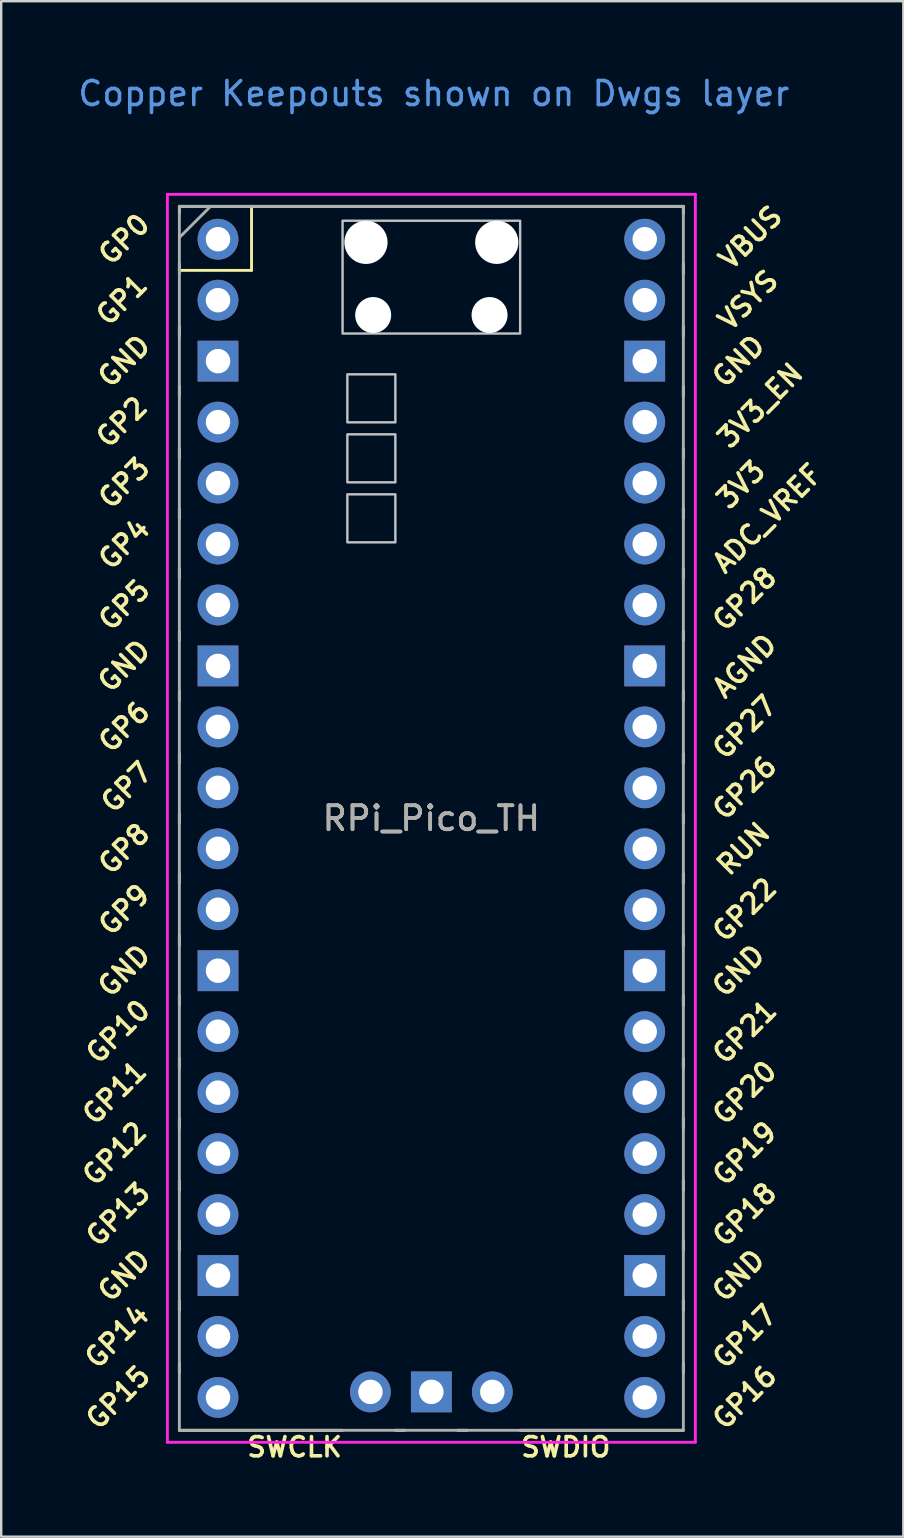
<source format=kicad_pcb>
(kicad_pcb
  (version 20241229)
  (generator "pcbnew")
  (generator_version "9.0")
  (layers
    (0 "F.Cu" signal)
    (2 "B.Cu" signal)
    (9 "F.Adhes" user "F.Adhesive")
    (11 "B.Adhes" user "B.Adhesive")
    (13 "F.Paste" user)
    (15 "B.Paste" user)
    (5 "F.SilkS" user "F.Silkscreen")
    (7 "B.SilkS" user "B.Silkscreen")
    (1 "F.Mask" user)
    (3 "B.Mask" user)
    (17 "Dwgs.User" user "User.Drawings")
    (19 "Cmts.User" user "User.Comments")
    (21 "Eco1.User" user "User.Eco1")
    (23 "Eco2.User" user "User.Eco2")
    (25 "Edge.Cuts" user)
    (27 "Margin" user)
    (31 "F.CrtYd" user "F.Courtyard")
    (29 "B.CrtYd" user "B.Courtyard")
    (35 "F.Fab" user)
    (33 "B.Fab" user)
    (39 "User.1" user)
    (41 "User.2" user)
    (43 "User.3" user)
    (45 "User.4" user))
  (footprint "RPi_Pico_TH"
    (layer "F.Cu")
    (at 14.924 31.048)
    (property "Reference" "RPi_Pico_TH" (at 0 0 0) (layer "F.SilkS") (effects (font (size 1 1) (thickness 0.15))))
    (attr through_hole)
    (fp_line (start -10.5 -25.5) (end -10.5 -25.2) (stroke (width 0.12) (type solid)) (layer "F.SilkS"))
    (fp_line (start -10.5 -25.5) (end 10.5 -25.5) (stroke (width 0.12) (type solid)) (layer "F.SilkS"))
    (fp_line (start -10.5 -23.1) (end -10.5 -22.7) (stroke (width 0.12) (type solid)) (layer "F.SilkS"))
    (fp_line (start -10.5 -22.833) (end -7.493 -22.833) (stroke (width 0.12) (type solid)) (layer "F.SilkS"))
    (fp_line (start -10.5 -20.5) (end -10.5 -20.1) (stroke (width 0.12) (type solid)) (layer "F.SilkS"))
    (fp_line (start -10.5 -18) (end -10.5 -17.6) (stroke (width 0.12) (type solid)) (layer "F.SilkS"))
    (fp_line (start -10.5 -15.4) (end -10.5 -15) (stroke (width 0.12) (type solid)) (layer "F.SilkS"))
    (fp_line (start -10.5 -12.9) (end -10.5 -12.5) (stroke (width 0.12) (type solid)) (layer "F.SilkS"))
    (fp_line (start -10.5 -10.4) (end -10.5 -10) (stroke (width 0.12) (type solid)) (layer "F.SilkS"))
    (fp_line (start -10.5 -7.8) (end -10.5 -7.4) (stroke (width 0.12) (type solid)) (layer "F.SilkS"))
    (fp_line (start -10.5 -5.3) (end -10.5 -4.9) (stroke (width 0.12) (type solid)) (layer "F.SilkS"))
    (fp_line (start -10.5 -2.7) (end -10.5 -2.3) (stroke (width 0.12) (type solid)) (layer "F.SilkS"))
    (fp_line (start -10.5 -0.2) (end -10.5 0.2) (stroke (width 0.12) (type solid)) (layer "F.SilkS"))
    (fp_line (start -10.5 2.3) (end -10.5 2.7) (stroke (width 0.12) (type solid)) (layer "F.SilkS"))
    (fp_line (start -10.5 4.9) (end -10.5 5.3) (stroke (width 0.12) (type solid)) (layer "F.SilkS"))
    (fp_line (start -10.5 7.4) (end -10.5 7.8) (stroke (width 0.12) (type solid)) (layer "F.SilkS"))
    (fp_line (start -10.5 10) (end -10.5 10.4) (stroke (width 0.12) (type solid)) (layer "F.SilkS"))
    (fp_line (start -10.5 12.5) (end -10.5 12.9) (stroke (width 0.12) (type solid)) (layer "F.SilkS"))
    (fp_line (start -10.5 15.1) (end -10.5 15.5) (stroke (width 0.12) (type solid)) (layer "F.SilkS"))
    (fp_line (start -10.5 17.6) (end -10.5 18) (stroke (width 0.12) (type solid)) (layer "F.SilkS"))
    (fp_line (start -10.5 20.1) (end -10.5 20.5) (stroke (width 0.12) (type solid)) (layer "F.SilkS"))
    (fp_line (start -10.5 22.7) (end -10.5 23.1) (stroke (width 0.12) (type solid)) (layer "F.SilkS"))
    (fp_line (start -7.493 -22.833) (end -7.493 -25.5) (stroke (width 0.12) (type solid)) (layer "F.SilkS"))
    (fp_line (start -3.7 25.5) (end -10.5 25.5) (stroke (width 0.12) (type solid)) (layer "F.SilkS"))
    (fp_line (start -1.5 25.5) (end -1.1 25.5) (stroke (width 0.12) (type solid)) (layer "F.SilkS"))
    (fp_line (start 1.1 25.5) (end 1.5 25.5) (stroke (width 0.12) (type solid)) (layer "F.SilkS"))
    (fp_line (start 10.5 -25.5) (end 10.5 -25.2) (stroke (width 0.12) (type solid)) (layer "F.SilkS"))
    (fp_line (start 10.5 -23.1) (end 10.5 -22.7) (stroke (width 0.12) (type solid)) (layer "F.SilkS"))
    (fp_line (start 10.5 -20.5) (end 10.5 -20.1) (stroke (width 0.12) (type solid)) (layer "F.SilkS"))
    (fp_line (start 10.5 -18) (end 10.5 -17.6) (stroke (width 0.12) (type solid)) (layer "F.SilkS"))
    (fp_line (start 10.5 -15.4) (end 10.5 -15) (stroke (width 0.12) (type solid)) (layer "F.SilkS"))
    (fp_line (start 10.5 -12.9) (end 10.5 -12.5) (stroke (width 0.12) (type solid)) (layer "F.SilkS"))
    (fp_line (start 10.5 -10.4) (end 10.5 -10) (stroke (width 0.12) (type solid)) (layer "F.SilkS"))
    (fp_line (start 10.5 -7.8) (end 10.5 -7.4) (stroke (width 0.12) (type solid)) (layer "F.SilkS"))
    (fp_line (start 10.5 -5.3) (end 10.5 -4.9) (stroke (width 0.12) (type solid)) (layer "F.SilkS"))
    (fp_line (start 10.5 -2.7) (end 10.5 -2.3) (stroke (width 0.12) (type solid)) (layer "F.SilkS"))
    (fp_line (start 10.5 -0.2) (end 10.5 0.2) (stroke (width 0.12) (type solid)) (layer "F.SilkS"))
    (fp_line (start 10.5 2.3) (end 10.5 2.7) (stroke (width 0.12) (type solid)) (layer "F.SilkS"))
    (fp_line (start 10.5 4.9) (end 10.5 5.3) (stroke (width 0.12) (type solid)) (layer "F.SilkS"))
    (fp_line (start 10.5 7.4) (end 10.5 7.8) (stroke (width 0.12) (type solid)) (layer "F.SilkS"))
    (fp_line (start 10.5 10) (end 10.5 10.4) (stroke (width 0.12) (type solid)) (layer "F.SilkS"))
    (fp_line (start 10.5 12.5) (end 10.5 12.9) (stroke (width 0.12) (type solid)) (layer "F.SilkS"))
    (fp_line (start 10.5 15.1) (end 10.5 15.5) (stroke (width 0.12) (type solid)) (layer "F.SilkS"))
    (fp_line (start 10.5 17.6) (end 10.5 18) (stroke (width 0.12) (type solid)) (layer "F.SilkS"))
    (fp_line (start 10.5 20.1) (end 10.5 20.5) (stroke (width 0.12) (type solid)) (layer "F.SilkS"))
    (fp_line (start 10.5 22.7) (end 10.5 23.1) (stroke (width 0.12) (type solid)) (layer "F.SilkS"))
    (fp_line (start 10.5 25.5) (end 3.7 25.5) (stroke (width 0.12) (type solid)) (layer "F.SilkS"))
    (fp_poly (pts (xy -1.5 -16.5) (xy -3.5 -16.5) (xy -3.5 -18.5) (xy -1.5 -18.5)) (stroke (width 0.1) (type solid)) (fill no) (layer "Dwgs.User"))
    (fp_poly (pts (xy -1.5 -14) (xy -3.5 -14) (xy -3.5 -16) (xy -1.5 -16)) (stroke (width 0.1) (type solid)) (fill no) (layer "Dwgs.User"))
    (fp_poly (pts (xy -1.5 -11.5) (xy -3.5 -11.5) (xy -3.5 -13.5) (xy -1.5 -13.5)) (stroke (width 0.1) (type solid)) (fill no) (layer "Dwgs.User"))
    (fp_poly (pts (xy 3.7 -20.2) (xy -3.7 -20.2) (xy -3.7 -24.9) (xy 3.7 -24.9)) (stroke (width 0.1) (type solid)) (fill no) (layer "Dwgs.User"))
    (fp_line (start -11 -26) (end 11 -26) (stroke (width 0.12) (type solid)) (layer "F.CrtYd"))
    (fp_line (start -11 26) (end -11 -26) (stroke (width 0.12) (type solid)) (layer "F.CrtYd"))
    (fp_line (start 11 -26) (end 11 26) (stroke (width 0.12) (type solid)) (layer "F.CrtYd"))
    (fp_line (start 11 26) (end -11 26) (stroke (width 0.12) (type solid)) (layer "F.CrtYd"))
    (fp_line (start -10.5 -25.5) (end 10.5 -25.5) (stroke (width 0.12) (type solid)) (layer "F.Fab"))
    (fp_line (start -10.5 -24.2) (end -9.2 -25.5) (stroke (width 0.12) (type solid)) (layer "F.Fab"))
    (fp_line (start -10.5 25.5) (end -10.5 -25.5) (stroke (width 0.12) (type solid)) (layer "F.Fab"))
    (fp_line (start 10.5 -25.5) (end 10.5 25.5) (stroke (width 0.12) (type solid)) (layer "F.Fab"))
    (fp_line (start 10.5 25.5) (end -10.5 25.5) (stroke (width 0.12) (type solid)) (layer "F.Fab"))
    (fp_text user "GP26" (at 13.054 -1.27 45) (layer "F.SilkS") (effects (font (size 0.8 0.8) (thickness 0.15))))
    (fp_text user "GP3" (at -12.8 -13.97 45) (layer "F.SilkS") (effects (font (size 0.8 0.8) (thickness 0.15))))
    (fp_text user "GP5" (at -12.8 -8.89 45) (layer "F.SilkS") (effects (font (size 0.8 0.8) (thickness 0.15))))
    (fp_text user "GP10" (at -13.054 8.89 45) (layer "F.SilkS") (effects (font (size 0.8 0.8) (thickness 0.15))))
    (fp_text user "GP28" (at 13.054 -9.144 45) (layer "F.SilkS") (effects (font (size 0.8 0.8) (thickness 0.15))))
    (fp_text user "AGND" (at 13.054 -6.35 45) (layer "F.SilkS") (effects (font (size 0.8 0.8) (thickness 0.15))))
    (fp_text user "GP9" (at -12.8 3.81 45) (layer "F.SilkS") (effects (font (size 0.8 0.8) (thickness 0.15))))
    (fp_text user "GP18" (at 13.054 16.51 45) (layer "F.SilkS") (effects (font (size 0.8 0.8) (thickness 0.15))))
    (fp_text user "GND" (at -12.8 -6.35 45) (layer "F.SilkS") (effects (font (size 0.8 0.8) (thickness 0.15))))
    (fp_text user "GP11" (at -13.2 11.43 45) (layer "F.SilkS") (effects (font (size 0.8 0.8) (thickness 0.15))))
    (fp_text user "GND" (at -12.8 -19.05 45) (layer "F.SilkS") (effects (font (size 0.8 0.8) (thickness 0.15))))
    (fp_text user "GP15" (at -13.054 24.13 45) (layer "F.SilkS") (effects (font (size 0.8 0.8) (thickness 0.15))))
    (fp_text user "SWDIO" (at 5.6 26.2 0) (layer "F.SilkS") (effects (font (size 0.8 0.8) (thickness 0.15))))
    (fp_text user "VBUS" (at 13.3 -24.2 45) (layer "F.SilkS") (effects (font (size 0.8 0.8) (thickness 0.15))))
    (fp_text user "GND" (at 12.8 19.05 45) (layer "F.SilkS") (effects (font (size 0.8 0.8) (thickness 0.15))))
    (fp_text user "ADC_VREF" (at 14 -12.5 45) (layer "F.SilkS") (effects (font (size 0.8 0.8) (thickness 0.15))))
    (fp_text user "GP0" (at -12.8 -24.13 45) (layer "F.SilkS") (effects (font (size 0.8 0.8) (thickness 0.15))))
    (fp_text user "GP14" (at -13.1 21.59 45) (layer "F.SilkS") (effects (font (size 0.8 0.8) (thickness 0.15))))
    (fp_text user "GP7" (at -12.7 -1.3 45) (layer "F.SilkS") (effects (font (size 0.8 0.8) (thickness 0.15))))
    (fp_text user "GP6" (at -12.8 -3.81 45) (layer "F.SilkS") (effects (font (size 0.8 0.8) (thickness 0.15))))
    (fp_text user "GND" (at 12.8 6.35 45) (layer "F.SilkS") (effects (font (size 0.8 0.8) (thickness 0.15))))
    (fp_text user "GND" (at -12.8 6.35 45) (layer "F.SilkS") (effects (font (size 0.8 0.8) (thickness 0.15))))
    (fp_text user "GP12" (at -13.2 13.97 45) (layer "F.SilkS") (effects (font (size 0.8 0.8) (thickness 0.15))))
    (fp_text user "RUN" (at 13 1.27 45) (layer "F.SilkS") (effects (font (size 0.8 0.8) (thickness 0.15))))
    (fp_text user "GP27" (at 13.054 -3.8 45) (layer "F.SilkS") (effects (font (size 0.8 0.8) (thickness 0.15))))
    (fp_text user "GND" (at 12.8 -19.05 45) (layer "F.SilkS") (effects (font (size 0.8 0.8) (thickness 0.15))))
    (fp_text user "GP2" (at -12.9 -16.51 45) (layer "F.SilkS") (effects (font (size 0.8 0.8) (thickness 0.15))))
    (fp_text user "3V3_EN" (at 13.7 -17.2 45) (layer "F.SilkS") (effects (font (size 0.8 0.8) (thickness 0.15))))
    (fp_text user "SWCLK" (at -5.7 26.2 0) (layer "F.SilkS") (effects (font (size 0.8 0.8) (thickness 0.15))))
    (fp_text user "GP8" (at -12.8 1.27 45) (layer "F.SilkS") (effects (font (size 0.8 0.8) (thickness 0.15))))
    (fp_text user "GP17" (at 13.054 21.59 45) (layer "F.SilkS") (effects (font (size 0.8 0.8) (thickness 0.15))))
    (fp_text user "GND" (at -12.8 19.05 45) (layer "F.SilkS") (effects (font (size 0.8 0.8) (thickness 0.15))))
    (fp_text user "GP4" (at -12.8 -11.43 45) (layer "F.SilkS") (effects (font (size 0.8 0.8) (thickness 0.15))))
    (fp_text user "GP19" (at 13.054 13.97 45) (layer "F.SilkS") (effects (font (size 0.8 0.8) (thickness 0.15))))
    (fp_text user "GP22" (at 13.054 3.81 45) (layer "F.SilkS") (effects (font (size 0.8 0.8) (thickness 0.15))))
    (fp_text user "GP13" (at -13.054 16.51 45) (layer "F.SilkS") (effects (font (size 0.8 0.8) (thickness 0.15))))
    (fp_text user "GP21" (at 13.054 8.9 45) (layer "F.SilkS") (effects (font (size 0.8 0.8) (thickness 0.15))))
    (fp_text user "GP16" (at 13.054 24.13 45) (layer "F.SilkS") (effects (font (size 0.8 0.8) (thickness 0.15))))
    (fp_text user "GP1" (at -12.9 -21.6 45) (layer "F.SilkS") (effects (font (size 0.8 0.8) (thickness 0.15))))
    (fp_text user "VSYS" (at 13.2 -21.59 45) (layer "F.SilkS") (effects (font (size 0.8 0.8) (thickness 0.15))))
    (fp_text user "3V3" (at 12.9 -13.9 45) (layer "F.SilkS") (effects (font (size 0.8 0.8) (thickness 0.15))))
    (fp_text user "GP20" (at 13.054 11.43 45) (layer "F.SilkS") (effects (font (size 0.8 0.8) (thickness 0.15))))
    (fp_text user "Copper Keepouts shown on Dwgs layer" (at 0.1 -30.2 0) (layer "Cmts.User") (effects (font (size 1 1) (thickness 0.15))))
    (fp_text user "${REFERENCE}" (at 0 0 180) (layer "F.Fab") (effects (font (size 1 1) (thickness 0.15))))
    (pad "" np_thru_hole oval (at -2.725 -24) (size 1.8 1.8) (drill 1.8) (layers "*.Cu" "*.Mask"))
    (pad "" np_thru_hole oval (at -2.425 -20.97) (size 1.5 1.5) (drill 1.5) (layers "*.Cu" "*.Mask"))
    (pad "" np_thru_hole oval (at 2.425 -20.97) (size 1.5 1.5) (drill 1.5) (layers "*.Cu" "*.Mask"))
    (pad "" np_thru_hole oval (at 2.725 -24) (size 1.8 1.8) (drill 1.8) (layers "*.Cu" "*.Mask"))
    (pad "1" thru_hole oval (at -8.89 -24.13) (size 1.7 1.7) (drill 1.02) (layers "*.Cu" "*.Mask"))
    (pad "2" thru_hole oval (at -8.89 -21.59) (size 1.7 1.7) (drill 1.02) (layers "*.Cu" "*.Mask"))
    (pad "3" thru_hole rect (at -8.89 -19.05) (size 1.7 1.7) (drill 1.02) (layers "*.Cu" "*.Mask"))
    (pad "4" thru_hole oval (at -8.89 -16.51) (size 1.7 1.7) (drill 1.02) (layers "*.Cu" "*.Mask"))
    (pad "5" thru_hole oval (at -8.89 -13.97) (size 1.7 1.7) (drill 1.02) (layers "*.Cu" "*.Mask"))
    (pad "6" thru_hole oval (at -8.89 -11.43) (size 1.7 1.7) (drill 1.02) (layers "*.Cu" "*.Mask"))
    (pad "7" thru_hole oval (at -8.89 -8.89) (size 1.7 1.7) (drill 1.02) (layers "*.Cu" "*.Mask"))
    (pad "8" thru_hole rect (at -8.89 -6.35) (size 1.7 1.7) (drill 1.02) (layers "*.Cu" "*.Mask"))
    (pad "9" thru_hole oval (at -8.89 -3.81) (size 1.7 1.7) (drill 1.02) (layers "*.Cu" "*.Mask"))
    (pad "10" thru_hole oval (at -8.89 -1.27) (size 1.7 1.7) (drill 1.02) (layers "*.Cu" "*.Mask"))
    (pad "11" thru_hole oval (at -8.89 1.27) (size 1.7 1.7) (drill 1.02) (layers "*.Cu" "*.Mask"))
    (pad "12" thru_hole oval (at -8.89 3.81) (size 1.7 1.7) (drill 1.02) (layers "*.Cu" "*.Mask"))
    (pad "13" thru_hole rect (at -8.89 6.35) (size 1.7 1.7) (drill 1.02) (layers "*.Cu" "*.Mask"))
    (pad "14" thru_hole oval (at -8.89 8.89) (size 1.7 1.7) (drill 1.02) (layers "*.Cu" "*.Mask"))
    (pad "15" thru_hole oval (at -8.89 11.43) (size 1.7 1.7) (drill 1.02) (layers "*.Cu" "*.Mask"))
    (pad "16" thru_hole oval (at -8.89 13.97) (size 1.7 1.7) (drill 1.02) (layers "*.Cu" "*.Mask"))
    (pad "17" thru_hole oval (at -8.89 16.51) (size 1.7 1.7) (drill 1.02) (layers "*.Cu" "*.Mask"))
    (pad "18" thru_hole rect (at -8.89 19.05) (size 1.7 1.7) (drill 1.02) (layers "*.Cu" "*.Mask"))
    (pad "19" thru_hole oval (at -8.89 21.59) (size 1.7 1.7) (drill 1.02) (layers "*.Cu" "*.Mask"))
    (pad "20" thru_hole oval (at -8.89 24.13) (size 1.7 1.7) (drill 1.02) (layers "*.Cu" "*.Mask"))
    (pad "21" thru_hole oval (at 8.89 24.13) (size 1.7 1.7) (drill 1.02) (layers "*.Cu" "*.Mask"))
    (pad "22" thru_hole oval (at 8.89 21.59) (size 1.7 1.7) (drill 1.02) (layers "*.Cu" "*.Mask"))
    (pad "23" thru_hole rect (at 8.89 19.05) (size 1.7 1.7) (drill 1.02) (layers "*.Cu" "*.Mask"))
    (pad "24" thru_hole oval (at 8.89 16.51) (size 1.7 1.7) (drill 1.02) (layers "*.Cu" "*.Mask"))
    (pad "25" thru_hole oval (at 8.89 13.97) (size 1.7 1.7) (drill 1.02) (layers "*.Cu" "*.Mask"))
    (pad "26" thru_hole oval (at 8.89 11.43) (size 1.7 1.7) (drill 1.02) (layers "*.Cu" "*.Mask"))
    (pad "27" thru_hole oval (at 8.89 8.89) (size 1.7 1.7) (drill 1.02) (layers "*.Cu" "*.Mask"))
    (pad "28" thru_hole rect (at 8.89 6.35) (size 1.7 1.7) (drill 1.02) (layers "*.Cu" "*.Mask"))
    (pad "29" thru_hole oval (at 8.89 3.81) (size 1.7 1.7) (drill 1.02) (layers "*.Cu" "*.Mask"))
    (pad "30" thru_hole oval (at 8.89 1.27) (size 1.7 1.7) (drill 1.02) (layers "*.Cu" "*.Mask"))
    (pad "31" thru_hole oval (at 8.89 -1.27) (size 1.7 1.7) (drill 1.02) (layers "*.Cu" "*.Mask"))
    (pad "32" thru_hole oval (at 8.89 -3.81) (size 1.7 1.7) (drill 1.02) (layers "*.Cu" "*.Mask"))
    (pad "33" thru_hole rect (at 8.89 -6.35) (size 1.7 1.7) (drill 1.02) (layers "*.Cu" "*.Mask"))
    (pad "34" thru_hole oval (at 8.89 -8.89) (size 1.7 1.7) (drill 1.02) (layers "*.Cu" "*.Mask"))
    (pad "35" thru_hole oval (at 8.89 -11.43) (size 1.7 1.7) (drill 1.02) (layers "*.Cu" "*.Mask"))
    (pad "36" thru_hole oval (at 8.89 -13.97) (size 1.7 1.7) (drill 1.02) (layers "*.Cu" "*.Mask"))
    (pad "37" thru_hole oval (at 8.89 -16.51) (size 1.7 1.7) (drill 1.02) (layers "*.Cu" "*.Mask"))
    (pad "38" thru_hole rect (at 8.89 -19.05) (size 1.7 1.7) (drill 1.02) (layers "*.Cu" "*.Mask"))
    (pad "39" thru_hole oval (at 8.89 -21.59) (size 1.7 1.7) (drill 1.02) (layers "*.Cu" "*.Mask"))
    (pad "40" thru_hole oval (at 8.89 -24.13) (size 1.7 1.7) (drill 1.02) (layers "*.Cu" "*.Mask"))
    (pad "41" thru_hole oval (at -2.54 23.9) (size 1.7 1.7) (drill 1.02) (layers "*.Cu" "*.Mask"))
    (pad "42" thru_hole rect (at 0 23.9) (size 1.7 1.7) (drill 1.02) (layers "*.Cu" "*.Mask"))
    (pad "43" thru_hole oval (at 2.54 23.9) (size 1.7 1.7) (drill 1.02) (layers "*.Cu" "*.Mask")))
  (gr_rect
    (start -3 -3)
    (end 34.591 60.98)
    (stroke (width 0.1) (type default))
    (fill no)
    (layer "Edge.Cuts")))
</source>
